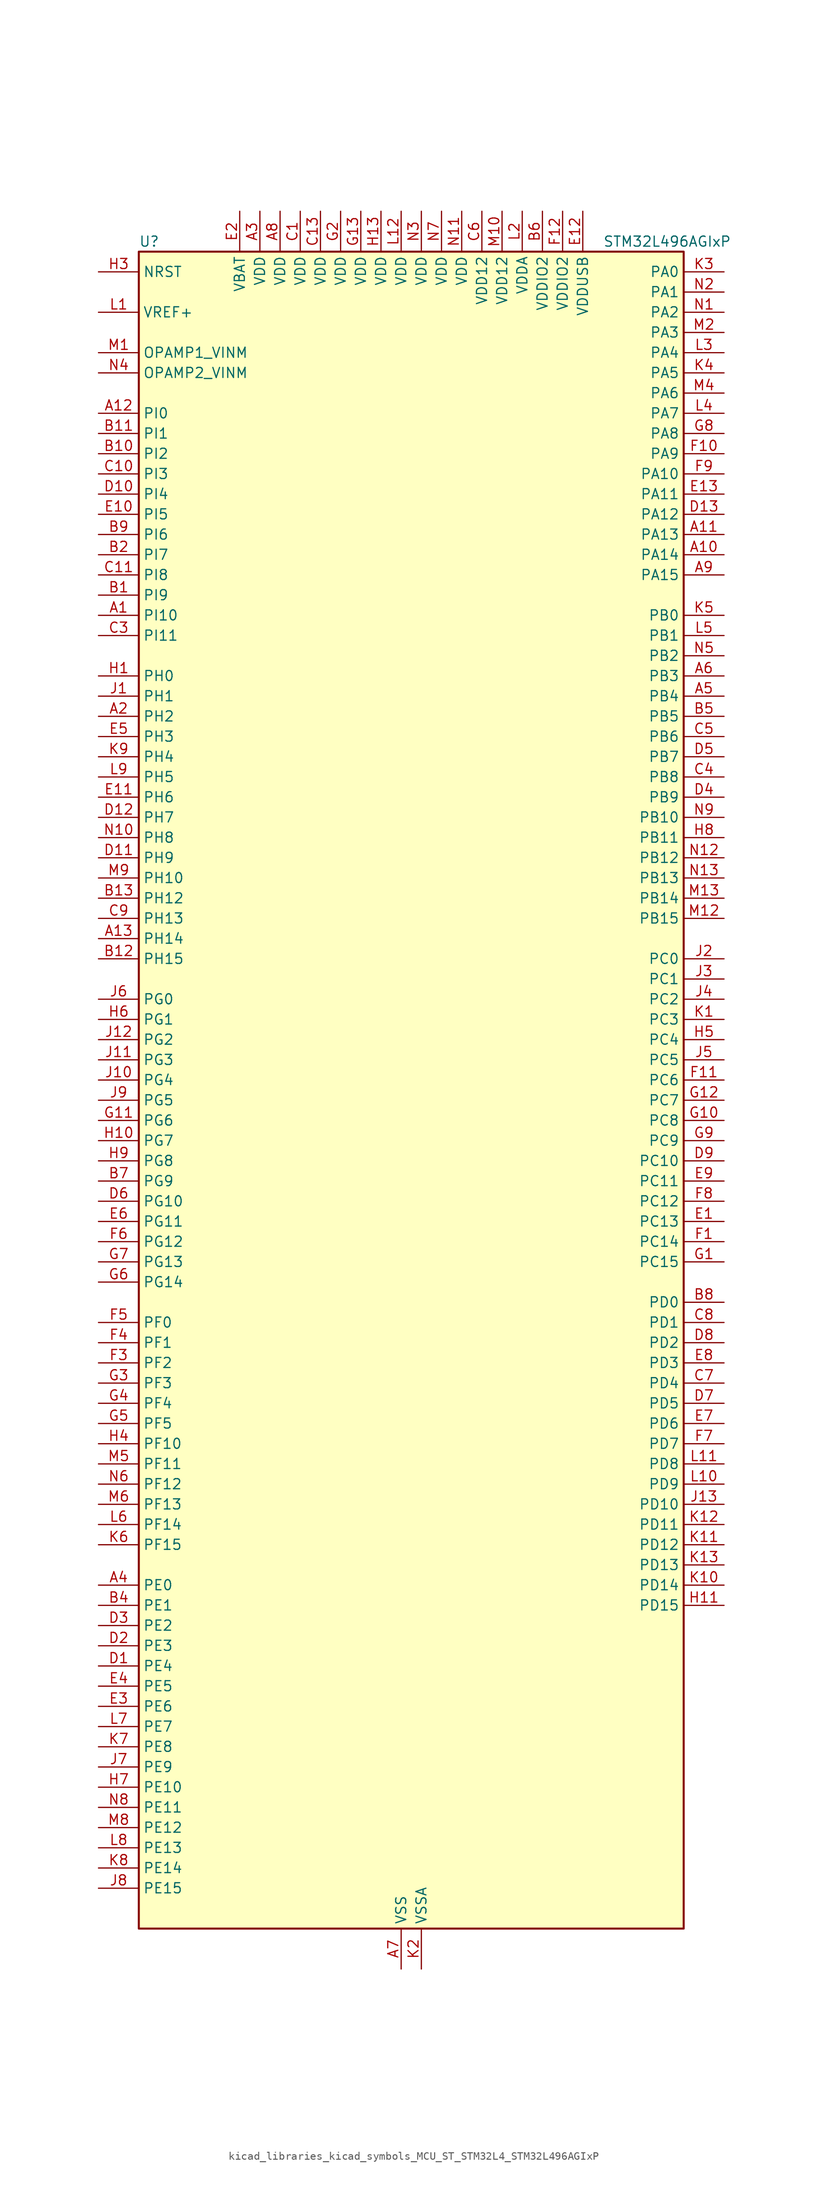
<source format=kicad_sym>
(kicad_symbol_lib
  (version 20220914)
  (generator kicad_symbol_editor)
  (symbol "kicad_libraries_kicad_symbols_MCU_ST_STM32L4_STM32L496AGIxP"
    (property "Reference" "U"
      (at -33.02 107.95 0)
      (effects (font (size 1.27 1.27)) (justify left)))
    (property "Value" "STM32L496AGIxP"
      (at 25.4 107.95 0)
      (effects (font (size 1.27 1.27)) (justify left)))
    (property "ki_locked" ""
      (at 0 0 0)
      (effects (font (size 1.27 1.27))))
    (symbol "kicad_libraries_kicad_symbols_MCU_ST_STM32L4_STM32L496AGIxP_0_1"
      (rectangle (start -33.02 -104.14) (end 35.56 106.68) (stroke (width 0.254) (type default)) (fill (type background))))
    (symbol "kicad_libraries_kicad_symbols_MCU_ST_STM32L4_STM32L496AGIxP_1_1"
      (pin bidirectional line (at -38.1 60.96 0) (length 5.08) (name "PI10" (effects (font (size 1.27 1.27)))) (number "A1" (effects (font (size 1.27 1.27)))))
      (pin bidirectional line (at 40.64 68.58 180) (length 5.08) (name "PA14" (effects (font (size 1.27 1.27)))) (number "A10" (effects (font (size 1.27 1.27)))) (alternate "I2C1_SMBA" bidirectional line) (alternate "I2C4_SMBA" bidirectional line) (alternate "LPTIM1_OUT" bidirectional line) (alternate "SAI1_FS_B" bidirectional line) (alternate "SWPMI1_RX" bidirectional line) (alternate "SYS_JTCK-SWCLK" bidirectional line) (alternate "USB_OTG_FS_SOF" bidirectional line))
      (pin bidirectional line (at 40.64 71.12 180) (length 5.08) (name "PA13" (effects (font (size 1.27 1.27)))) (number "A11" (effects (font (size 1.27 1.27)))) (alternate "IR_OUT" bidirectional line) (alternate "SAI1_SD_B" bidirectional line) (alternate "SWPMI1_TX" bidirectional line) (alternate "SYS_JTMS-SWDIO" bidirectional line) (alternate "USB_OTG_FS_NOE" bidirectional line))
      (pin bidirectional line (at -38.1 86.36 0) (length 5.08) (name "PI0" (effects (font (size 1.27 1.27)))) (number "A12" (effects (font (size 1.27 1.27)))) (alternate "DCMI_D13" bidirectional line) (alternate "SPI2_NSS" bidirectional line) (alternate "TIM5_CH4" bidirectional line))
      (pin bidirectional line (at -38.1 20.32 0) (length 5.08) (name "PH14" (effects (font (size 1.27 1.27)))) (number "A13" (effects (font (size 1.27 1.27)))) (alternate "DCMI_D4" bidirectional line) (alternate "TIM8_CH2N" bidirectional line))
      (pin bidirectional line (at -38.1 48.26 0) (length 5.08) (name "PH2" (effects (font (size 1.27 1.27)))) (number "A2" (effects (font (size 1.27 1.27)))) (alternate "QUADSPI_BK2_IO0" bidirectional line))
      (pin power_in line (at -17.78 111.76 270) (length 5.08) (name "VDD" (effects (font (size 1.27 1.27)))) (number "A3" (effects (font (size 1.27 1.27)))))
      (pin bidirectional line (at -38.1 -60.96 0) (length 5.08) (name "PE0" (effects (font (size 1.27 1.27)))) (number "A4" (effects (font (size 1.27 1.27)))) (alternate "DCMI_D2" bidirectional line) (alternate "FMC_NBL0" bidirectional line) (alternate "LCD_SEG36" bidirectional line) (alternate "TIM16_CH1" bidirectional line) (alternate "TIM4_ETR" bidirectional line))
      (pin bidirectional line (at 40.64 50.8 180) (length 5.08) (name "PB4" (effects (font (size 1.27 1.27)))) (number "A5" (effects (font (size 1.27 1.27)))) (alternate "COMP2_INP" bidirectional line) (alternate "DCMI_D12" bidirectional line) (alternate "I2C3_SDA" bidirectional line) (alternate "LCD_SEG8" bidirectional line) (alternate "SAI1_MCLK_B" bidirectional line) (alternate "SPI1_MISO" bidirectional line) (alternate "SPI3_MISO" bidirectional line) (alternate "SYS_JTRST" bidirectional line) (alternate "TIM17_BKIN" bidirectional line) (alternate "TIM3_CH1" bidirectional line) (alternate "TSC_G2_IO1" bidirectional line) (alternate "UART5_DE" bidirectional line) (alternate "UART5_RTS" bidirectional line) (alternate "USART1_CTS" bidirectional line))
      (pin bidirectional line (at 40.64 53.34 180) (length 5.08) (name "PB3" (effects (font (size 1.27 1.27)))) (number "A6" (effects (font (size 1.27 1.27)))) (alternate "COMP2_INM" bidirectional line) (alternate "CRS_SYNC" bidirectional line) (alternate "LCD_SEG7" bidirectional line) (alternate "SAI1_SCK_B" bidirectional line) (alternate "SPI1_SCK" bidirectional line) (alternate "SPI3_SCK" bidirectional line) (alternate "SYS_JTDO-SWO" bidirectional line) (alternate "TIM2_CH2" bidirectional line) (alternate "USART1_DE" bidirectional line) (alternate "USART1_RTS" bidirectional line))
      (pin power_in line (at 0 -109.22 90) (length 5.08) (name "VSS" (effects (font (size 1.27 1.27)))) (number "A7" (effects (font (size 1.27 1.27)))))
      (pin power_in line (at -15.24 111.76 270) (length 5.08) (name "VDD" (effects (font (size 1.27 1.27)))) (number "A8" (effects (font (size 1.27 1.27)))))
      (pin bidirectional line (at 40.64 66.04 180) (length 5.08) (name "PA15" (effects (font (size 1.27 1.27)))) (number "A9" (effects (font (size 1.27 1.27)))) (alternate "ADC1_EXTI15" bidirectional line) (alternate "ADC2_EXTI15" bidirectional line) (alternate "ADC3_EXTI15" bidirectional line) (alternate "LCD_SEG17" bidirectional line) (alternate "SAI2_FS_B" bidirectional line) (alternate "SPI1_NSS" bidirectional line) (alternate "SPI3_NSS" bidirectional line) (alternate "SWPMI1_SUSPEND" bidirectional line) (alternate "SYS_JTDI" bidirectional line) (alternate "TIM2_CH1" bidirectional line) (alternate "TIM2_ETR" bidirectional line) (alternate "TSC_G3_IO1" bidirectional line) (alternate "UART4_DE" bidirectional line) (alternate "UART4_RTS" bidirectional line) (alternate "USART2_RX" bidirectional line) (alternate "USART3_DE" bidirectional line) (alternate "USART3_RTS" bidirectional line))
      (pin bidirectional line (at -38.1 63.5 0) (length 5.08) (name "PI9" (effects (font (size 1.27 1.27)))) (number "B1" (effects (font (size 1.27 1.27)))) (alternate "CAN1_RX" bidirectional line) (alternate "DAC1_EXTI9" bidirectional line))
      (pin bidirectional line (at -38.1 81.28 0) (length 5.08) (name "PI2" (effects (font (size 1.27 1.27)))) (number "B10" (effects (font (size 1.27 1.27)))) (alternate "DCMI_D9" bidirectional line) (alternate "SPI2_MISO" bidirectional line) (alternate "TIM8_CH4" bidirectional line))
      (pin bidirectional line (at -38.1 83.82 0) (length 5.08) (name "PI1" (effects (font (size 1.27 1.27)))) (number "B11" (effects (font (size 1.27 1.27)))) (alternate "DCMI_D8" bidirectional line) (alternate "SPI2_SCK" bidirectional line))
      (pin bidirectional line (at -38.1 17.78 0) (length 5.08) (name "PH15" (effects (font (size 1.27 1.27)))) (number "B12" (effects (font (size 1.27 1.27)))) (alternate "ADC1_EXTI15" bidirectional line) (alternate "ADC2_EXTI15" bidirectional line) (alternate "ADC3_EXTI15" bidirectional line) (alternate "DCMI_D11" bidirectional line) (alternate "TIM8_CH3N" bidirectional line))
      (pin bidirectional line (at -38.1 25.4 0) (length 5.08) (name "PH12" (effects (font (size 1.27 1.27)))) (number "B13" (effects (font (size 1.27 1.27)))) (alternate "DCMI_D3" bidirectional line) (alternate "TIM5_CH3" bidirectional line))
      (pin bidirectional line (at -38.1 68.58 0) (length 5.08) (name "PI7" (effects (font (size 1.27 1.27)))) (number "B2" (effects (font (size 1.27 1.27)))) (alternate "DCMI_D7" bidirectional line) (alternate "TIM8_CH3" bidirectional line))
      (pin passive line (at 0 -109.22 90) (length 5.08) hide (name "VSS" (effects (font (size 1.27 1.27)))) (number "B3" (effects (font (size 1.27 1.27)))))
      (pin bidirectional line (at -38.1 -63.5 0) (length 5.08) (name "PE1" (effects (font (size 1.27 1.27)))) (number "B4" (effects (font (size 1.27 1.27)))) (alternate "DCMI_D3" bidirectional line) (alternate "FMC_NBL1" bidirectional line) (alternate "LCD_SEG37" bidirectional line) (alternate "TIM17_CH1" bidirectional line))
      (pin bidirectional line (at 40.64 48.26 180) (length 5.08) (name "PB5" (effects (font (size 1.27 1.27)))) (number "B5" (effects (font (size 1.27 1.27)))) (alternate "CAN2_RX" bidirectional line) (alternate "COMP2_OUT" bidirectional line) (alternate "DCMI_D10" bidirectional line) (alternate "I2C1_SMBA" bidirectional line) (alternate "LCD_SEG9" bidirectional line) (alternate "LPTIM1_IN1" bidirectional line) (alternate "SAI1_SD_B" bidirectional line) (alternate "SPI1_MOSI" bidirectional line) (alternate "SPI3_MOSI" bidirectional line) (alternate "TIM16_BKIN" bidirectional line) (alternate "TIM3_CH2" bidirectional line) (alternate "TSC_G2_IO2" bidirectional line) (alternate "UART5_CTS" bidirectional line) (alternate "USART1_CK" bidirectional line))
      (pin power_in line (at 17.78 111.76 270) (length 5.08) (name "VDDIO2" (effects (font (size 1.27 1.27)))) (number "B6" (effects (font (size 1.27 1.27)))))
      (pin bidirectional line (at -38.1 -10.16 0) (length 5.08) (name "PG9" (effects (font (size 1.27 1.27)))) (number "B7" (effects (font (size 1.27 1.27)))) (alternate "DAC1_EXTI9" bidirectional line) (alternate "FMC_NCE" bidirectional line) (alternate "FMC_NE2" bidirectional line) (alternate "SAI2_SCK_A" bidirectional line) (alternate "SPI3_SCK" bidirectional line) (alternate "TIM15_CH1N" bidirectional line) (alternate "USART1_TX" bidirectional line))
      (pin bidirectional line (at 40.64 -25.4 180) (length 5.08) (name "PD0" (effects (font (size 1.27 1.27)))) (number "B8" (effects (font (size 1.27 1.27)))) (alternate "CAN1_RX" bidirectional line) (alternate "DFSDM1_DATIN7" bidirectional line) (alternate "FMC_D2" bidirectional line) (alternate "FMC_DA2" bidirectional line) (alternate "SPI2_NSS" bidirectional line))
      (pin bidirectional line (at -38.1 71.12 0) (length 5.08) (name "PI6" (effects (font (size 1.27 1.27)))) (number "B9" (effects (font (size 1.27 1.27)))) (alternate "DCMI_D6" bidirectional line) (alternate "TIM8_CH2" bidirectional line))
      (pin power_in line (at -12.7 111.76 270) (length 5.08) (name "VDD" (effects (font (size 1.27 1.27)))) (number "C1" (effects (font (size 1.27 1.27)))))
      (pin bidirectional line (at -38.1 78.74 0) (length 5.08) (name "PI3" (effects (font (size 1.27 1.27)))) (number "C10" (effects (font (size 1.27 1.27)))) (alternate "DCMI_D10" bidirectional line) (alternate "SPI2_MOSI" bidirectional line) (alternate "TIM8_ETR" bidirectional line))
      (pin bidirectional line (at -38.1 66.04 0) (length 5.08) (name "PI8" (effects (font (size 1.27 1.27)))) (number "C11" (effects (font (size 1.27 1.27)))) (alternate "DCMI_D12" bidirectional line))
      (pin passive line (at 0 -109.22 90) (length 5.08) hide (name "VSS" (effects (font (size 1.27 1.27)))) (number "C12" (effects (font (size 1.27 1.27)))))
      (pin power_in line (at -10.16 111.76 270) (length 5.08) (name "VDD" (effects (font (size 1.27 1.27)))) (number "C13" (effects (font (size 1.27 1.27)))))
      (pin passive line (at 0 -109.22 90) (length 5.08) hide (name "VSS" (effects (font (size 1.27 1.27)))) (number "C2" (effects (font (size 1.27 1.27)))))
      (pin bidirectional line (at -38.1 58.42 0) (length 5.08) (name "PI11" (effects (font (size 1.27 1.27)))) (number "C3" (effects (font (size 1.27 1.27)))) (alternate "ADC1_EXTI11" bidirectional line) (alternate "ADC2_EXTI11" bidirectional line) (alternate "ADC3_EXTI11" bidirectional line))
      (pin bidirectional line (at 40.64 40.64 180) (length 5.08) (name "PB8" (effects (font (size 1.27 1.27)))) (number "C4" (effects (font (size 1.27 1.27)))) (alternate "CAN1_RX" bidirectional line) (alternate "DCMI_D6" bidirectional line) (alternate "DFSDM1_DATIN6" bidirectional line) (alternate "I2C1_SCL" bidirectional line) (alternate "LCD_SEG16" bidirectional line) (alternate "SAI1_MCLK_A" bidirectional line) (alternate "SDMMC1_D4" bidirectional line) (alternate "TIM16_CH1" bidirectional line) (alternate "TIM4_CH3" bidirectional line))
      (pin bidirectional line (at 40.64 45.72 180) (length 5.08) (name "PB6" (effects (font (size 1.27 1.27)))) (number "C5" (effects (font (size 1.27 1.27)))) (alternate "CAN2_TX" bidirectional line) (alternate "COMP2_INP" bidirectional line) (alternate "DCMI_D5" bidirectional line) (alternate "DFSDM1_DATIN5" bidirectional line) (alternate "I2C1_SCL" bidirectional line) (alternate "I2C4_SCL" bidirectional line) (alternate "LPTIM1_ETR" bidirectional line) (alternate "SAI1_FS_B" bidirectional line) (alternate "TIM16_CH1N" bidirectional line) (alternate "TIM4_CH1" bidirectional line) (alternate "TIM8_BKIN2" bidirectional line) (alternate "TIM8_BKIN2_COMP2" bidirectional line) (alternate "TSC_G2_IO3" bidirectional line) (alternate "USART1_TX" bidirectional line))
      (pin power_in line (at 10.16 111.76 270) (length 5.08) (name "VDD12" (effects (font (size 1.27 1.27)))) (number "C6" (effects (font (size 1.27 1.27)))))
      (pin bidirectional line (at 40.64 -35.56 180) (length 5.08) (name "PD4" (effects (font (size 1.27 1.27)))) (number "C7" (effects (font (size 1.27 1.27)))) (alternate "DFSDM1_CKIN0" bidirectional line) (alternate "FMC_NOE" bidirectional line) (alternate "QUADSPI_BK2_IO0" bidirectional line) (alternate "SPI2_MOSI" bidirectional line) (alternate "USART2_DE" bidirectional line) (alternate "USART2_RTS" bidirectional line))
      (pin bidirectional line (at 40.64 -27.94 180) (length 5.08) (name "PD1" (effects (font (size 1.27 1.27)))) (number "C8" (effects (font (size 1.27 1.27)))) (alternate "CAN1_TX" bidirectional line) (alternate "DFSDM1_CKIN7" bidirectional line) (alternate "FMC_D3" bidirectional line) (alternate "FMC_DA3" bidirectional line) (alternate "SPI2_SCK" bidirectional line))
      (pin bidirectional line (at -38.1 22.86 0) (length 5.08) (name "PH13" (effects (font (size 1.27 1.27)))) (number "C9" (effects (font (size 1.27 1.27)))) (alternate "CAN1_TX" bidirectional line) (alternate "TIM8_CH1N" bidirectional line))
      (pin bidirectional line (at -38.1 -71.12 0) (length 5.08) (name "PE4" (effects (font (size 1.27 1.27)))) (number "D1" (effects (font (size 1.27 1.27)))) (alternate "DCMI_D4" bidirectional line) (alternate "DFSDM1_DATIN3" bidirectional line) (alternate "FMC_A20" bidirectional line) (alternate "SAI1_FS_A" bidirectional line) (alternate "SYS_TRACED1" bidirectional line) (alternate "TIM3_CH2" bidirectional line) (alternate "TSC_G7_IO3" bidirectional line))
      (pin bidirectional line (at -38.1 76.2 0) (length 5.08) (name "PI4" (effects (font (size 1.27 1.27)))) (number "D10" (effects (font (size 1.27 1.27)))) (alternate "DCMI_D5" bidirectional line) (alternate "TIM8_BKIN" bidirectional line))
      (pin bidirectional line (at -38.1 30.48 0) (length 5.08) (name "PH9" (effects (font (size 1.27 1.27)))) (number "D11" (effects (font (size 1.27 1.27)))) (alternate "DAC1_EXTI9" bidirectional line) (alternate "DCMI_D0" bidirectional line) (alternate "I2C3_SMBA" bidirectional line))
      (pin bidirectional line (at -38.1 35.56 0) (length 5.08) (name "PH7" (effects (font (size 1.27 1.27)))) (number "D12" (effects (font (size 1.27 1.27)))) (alternate "DCMI_D9" bidirectional line) (alternate "I2C3_SCL" bidirectional line))
      (pin bidirectional line (at 40.64 73.66 180) (length 5.08) (name "PA12" (effects (font (size 1.27 1.27)))) (number "D13" (effects (font (size 1.27 1.27)))) (alternate "CAN1_TX" bidirectional line) (alternate "SPI1_MOSI" bidirectional line) (alternate "TIM1_ETR" bidirectional line) (alternate "USART1_DE" bidirectional line) (alternate "USART1_RTS" bidirectional line) (alternate "USB_OTG_FS_DP" bidirectional line))
      (pin bidirectional line (at -38.1 -68.58 0) (length 5.08) (name "PE3" (effects (font (size 1.27 1.27)))) (number "D2" (effects (font (size 1.27 1.27)))) (alternate "FMC_A19" bidirectional line) (alternate "LCD_SEG39" bidirectional line) (alternate "SAI1_SD_B" bidirectional line) (alternate "SYS_TRACED0" bidirectional line) (alternate "TIM3_CH1" bidirectional line) (alternate "TSC_G7_IO2" bidirectional line))
      (pin bidirectional line (at -38.1 -66.04 0) (length 5.08) (name "PE2" (effects (font (size 1.27 1.27)))) (number "D3" (effects (font (size 1.27 1.27)))) (alternate "FMC_A23" bidirectional line) (alternate "LCD_SEG38" bidirectional line) (alternate "SAI1_MCLK_A" bidirectional line) (alternate "SYS_TRACECLK" bidirectional line) (alternate "TIM3_ETR" bidirectional line) (alternate "TSC_G7_IO1" bidirectional line))
      (pin bidirectional line (at 40.64 38.1 180) (length 5.08) (name "PB9" (effects (font (size 1.27 1.27)))) (number "D4" (effects (font (size 1.27 1.27)))) (alternate "CAN1_TX" bidirectional line) (alternate "DAC1_EXTI9" bidirectional line) (alternate "DCMI_D7" bidirectional line) (alternate "DFSDM1_CKIN6" bidirectional line) (alternate "I2C1_SDA" bidirectional line) (alternate "IR_OUT" bidirectional line) (alternate "LCD_COM3" bidirectional line) (alternate "SAI1_FS_A" bidirectional line) (alternate "SDMMC1_D5" bidirectional line) (alternate "SPI2_NSS" bidirectional line) (alternate "TIM17_CH1" bidirectional line) (alternate "TIM4_CH4" bidirectional line))
      (pin bidirectional line (at 40.64 43.18 180) (length 5.08) (name "PB7" (effects (font (size 1.27 1.27)))) (number "D5" (effects (font (size 1.27 1.27)))) (alternate "COMP2_INM" bidirectional line) (alternate "DCMI_VSYNC" bidirectional line) (alternate "DFSDM1_CKIN5" bidirectional line) (alternate "FMC_NL" bidirectional line) (alternate "I2C1_SDA" bidirectional line) (alternate "I2C4_SDA" bidirectional line) (alternate "LCD_SEG21" bidirectional line) (alternate "LPTIM1_IN2" bidirectional line) (alternate "SYS_PVD_IN" bidirectional line) (alternate "TIM17_CH1N" bidirectional line) (alternate "TIM4_CH2" bidirectional line) (alternate "TIM8_BKIN" bidirectional line) (alternate "TIM8_BKIN_COMP1" bidirectional line) (alternate "TSC_G2_IO4" bidirectional line) (alternate "UART4_CTS" bidirectional line) (alternate "USART1_RX" bidirectional line))
      (pin bidirectional line (at -38.1 -12.7 0) (length 5.08) (name "PG10" (effects (font (size 1.27 1.27)))) (number "D6" (effects (font (size 1.27 1.27)))) (alternate "FMC_NE3" bidirectional line) (alternate "LPTIM1_IN1" bidirectional line) (alternate "SAI2_FS_A" bidirectional line) (alternate "SPI3_MISO" bidirectional line) (alternate "TIM15_CH1" bidirectional line) (alternate "USART1_RX" bidirectional line))
      (pin bidirectional line (at 40.64 -38.1 180) (length 5.08) (name "PD5" (effects (font (size 1.27 1.27)))) (number "D7" (effects (font (size 1.27 1.27)))) (alternate "FMC_NWE" bidirectional line) (alternate "QUADSPI_BK2_IO1" bidirectional line) (alternate "USART2_TX" bidirectional line))
      (pin bidirectional line (at 40.64 -30.48 180) (length 5.08) (name "PD2" (effects (font (size 1.27 1.27)))) (number "D8" (effects (font (size 1.27 1.27)))) (alternate "DCMI_D11" bidirectional line) (alternate "LCD_COM7" bidirectional line) (alternate "LCD_SEG31" bidirectional line) (alternate "LCD_SEG43" bidirectional line) (alternate "SDMMC1_CMD" bidirectional line) (alternate "SYS_TRACED2" bidirectional line) (alternate "TIM3_ETR" bidirectional line) (alternate "TSC_SYNC" bidirectional line) (alternate "UART5_RX" bidirectional line) (alternate "USART3_DE" bidirectional line) (alternate "USART3_RTS" bidirectional line))
      (pin bidirectional line (at 40.64 -7.62 180) (length 5.08) (name "PC10" (effects (font (size 1.27 1.27)))) (number "D9" (effects (font (size 1.27 1.27)))) (alternate "DCMI_D8" bidirectional line) (alternate "LCD_COM4" bidirectional line) (alternate "LCD_SEG28" bidirectional line) (alternate "LCD_SEG40" bidirectional line) (alternate "SAI2_SCK_B" bidirectional line) (alternate "SDMMC1_D2" bidirectional line) (alternate "SPI3_SCK" bidirectional line) (alternate "SYS_TRACED1" bidirectional line) (alternate "TSC_G3_IO2" bidirectional line) (alternate "UART4_TX" bidirectional line) (alternate "USART3_TX" bidirectional line))
      (pin bidirectional line (at 40.64 -15.24 180) (length 5.08) (name "PC13" (effects (font (size 1.27 1.27)))) (number "E1" (effects (font (size 1.27 1.27)))) (alternate "RTC_OUT_ALARM" bidirectional line) (alternate "RTC_OUT_CALIB" bidirectional line) (alternate "RTC_TAMP1" bidirectional line) (alternate "RTC_TS" bidirectional line) (alternate "SYS_WKUP2" bidirectional line))
      (pin bidirectional line (at -38.1 73.66 0) (length 5.08) (name "PI5" (effects (font (size 1.27 1.27)))) (number "E10" (effects (font (size 1.27 1.27)))) (alternate "DCMI_VSYNC" bidirectional line) (alternate "TIM8_CH1" bidirectional line))
      (pin bidirectional line (at -38.1 38.1 0) (length 5.08) (name "PH6" (effects (font (size 1.27 1.27)))) (number "E11" (effects (font (size 1.27 1.27)))) (alternate "DCMI_D8" bidirectional line) (alternate "I2C2_SMBA" bidirectional line))
      (pin power_in line (at 22.86 111.76 270) (length 5.08) (name "VDDUSB" (effects (font (size 1.27 1.27)))) (number "E12" (effects (font (size 1.27 1.27)))))
      (pin bidirectional line (at 40.64 76.2 180) (length 5.08) (name "PA11" (effects (font (size 1.27 1.27)))) (number "E13" (effects (font (size 1.27 1.27)))) (alternate "ADC1_EXTI11" bidirectional line) (alternate "ADC2_EXTI11" bidirectional line) (alternate "ADC3_EXTI11" bidirectional line) (alternate "CAN1_RX" bidirectional line) (alternate "SPI1_MISO" bidirectional line) (alternate "TIM1_BKIN2" bidirectional line) (alternate "TIM1_BKIN2_COMP1" bidirectional line) (alternate "TIM1_CH4" bidirectional line) (alternate "USART1_CTS" bidirectional line) (alternate "USB_OTG_FS_DM" bidirectional line))
      (pin power_in line (at -20.32 111.76 270) (length 5.08) (name "VBAT" (effects (font (size 1.27 1.27)))) (number "E2" (effects (font (size 1.27 1.27)))))
      (pin bidirectional line (at -38.1 -76.2 0) (length 5.08) (name "PE6" (effects (font (size 1.27 1.27)))) (number "E3" (effects (font (size 1.27 1.27)))) (alternate "DCMI_D7" bidirectional line) (alternate "FMC_A22" bidirectional line) (alternate "RTC_TAMP3" bidirectional line) (alternate "SAI1_SD_A" bidirectional line) (alternate "SYS_TRACED3" bidirectional line) (alternate "SYS_WKUP3" bidirectional line) (alternate "TIM3_CH4" bidirectional line))
      (pin bidirectional line (at -38.1 -73.66 0) (length 5.08) (name "PE5" (effects (font (size 1.27 1.27)))) (number "E4" (effects (font (size 1.27 1.27)))) (alternate "DCMI_D6" bidirectional line) (alternate "DFSDM1_CKIN3" bidirectional line) (alternate "FMC_A21" bidirectional line) (alternate "SAI1_SCK_A" bidirectional line) (alternate "SYS_TRACED2" bidirectional line) (alternate "TIM3_CH3" bidirectional line) (alternate "TSC_G7_IO4" bidirectional line))
      (pin bidirectional line (at -38.1 45.72 0) (length 5.08) (name "PH3" (effects (font (size 1.27 1.27)))) (number "E5" (effects (font (size 1.27 1.27)))))
      (pin bidirectional line (at -38.1 -15.24 0) (length 5.08) (name "PG11" (effects (font (size 1.27 1.27)))) (number "E6" (effects (font (size 1.27 1.27)))) (alternate "ADC1_EXTI11" bidirectional line) (alternate "ADC2_EXTI11" bidirectional line) (alternate "ADC3_EXTI11" bidirectional line) (alternate "LPTIM1_IN2" bidirectional line) (alternate "SAI2_MCLK_A" bidirectional line) (alternate "SPI3_MOSI" bidirectional line) (alternate "TIM15_CH2" bidirectional line) (alternate "USART1_CTS" bidirectional line))
      (pin bidirectional line (at 40.64 -40.64 180) (length 5.08) (name "PD6" (effects (font (size 1.27 1.27)))) (number "E7" (effects (font (size 1.27 1.27)))) (alternate "DCMI_D10" bidirectional line) (alternate "DFSDM1_DATIN1" bidirectional line) (alternate "FMC_NWAIT" bidirectional line) (alternate "QUADSPI_BK2_IO1" bidirectional line) (alternate "QUADSPI_BK2_IO2" bidirectional line) (alternate "SAI1_SD_A" bidirectional line) (alternate "USART2_RX" bidirectional line))
      (pin bidirectional line (at 40.64 -33.02 180) (length 5.08) (name "PD3" (effects (font (size 1.27 1.27)))) (number "E8" (effects (font (size 1.27 1.27)))) (alternate "DCMI_D5" bidirectional line) (alternate "DFSDM1_DATIN0" bidirectional line) (alternate "FMC_CLK" bidirectional line) (alternate "QUADSPI_BK2_NCS" bidirectional line) (alternate "SPI2_MISO" bidirectional line) (alternate "SPI2_SCK" bidirectional line) (alternate "USART2_CTS" bidirectional line))
      (pin bidirectional line (at 40.64 -10.16 180) (length 5.08) (name "PC11" (effects (font (size 1.27 1.27)))) (number "E9" (effects (font (size 1.27 1.27)))) (alternate "ADC1_EXTI11" bidirectional line) (alternate "ADC2_EXTI11" bidirectional line) (alternate "ADC3_EXTI11" bidirectional line) (alternate "DCMI_D4" bidirectional line) (alternate "LCD_COM5" bidirectional line) (alternate "LCD_SEG29" bidirectional line) (alternate "LCD_SEG41" bidirectional line) (alternate "QUADSPI_BK2_NCS" bidirectional line) (alternate "SAI2_MCLK_B" bidirectional line) (alternate "SDMMC1_D3" bidirectional line) (alternate "SPI3_MISO" bidirectional line) (alternate "TSC_G3_IO3" bidirectional line) (alternate "UART4_RX" bidirectional line) (alternate "USART3_RX" bidirectional line))
      (pin bidirectional line (at 40.64 -17.78 180) (length 5.08) (name "PC14" (effects (font (size 1.27 1.27)))) (number "F1" (effects (font (size 1.27 1.27)))) (alternate "RCC_OSC32_IN" bidirectional line))
      (pin bidirectional line (at 40.64 81.28 180) (length 5.08) (name "PA9" (effects (font (size 1.27 1.27)))) (number "F10" (effects (font (size 1.27 1.27)))) (alternate "DAC1_EXTI9" bidirectional line) (alternate "DCMI_D0" bidirectional line) (alternate "LCD_COM1" bidirectional line) (alternate "SAI1_FS_A" bidirectional line) (alternate "SPI2_SCK" bidirectional line) (alternate "TIM15_BKIN" bidirectional line) (alternate "TIM1_CH2" bidirectional line) (alternate "USART1_TX" bidirectional line) (alternate "USB_OTG_FS_VBUS" bidirectional line))
      (pin bidirectional line (at 40.64 2.54 180) (length 5.08) (name "PC6" (effects (font (size 1.27 1.27)))) (number "F11" (effects (font (size 1.27 1.27)))) (alternate "DCMI_D0" bidirectional line) (alternate "DFSDM1_CKIN3" bidirectional line) (alternate "LCD_SEG24" bidirectional line) (alternate "SAI2_MCLK_A" bidirectional line) (alternate "SDMMC1_D6" bidirectional line) (alternate "TIM3_CH1" bidirectional line) (alternate "TIM8_CH1" bidirectional line) (alternate "TSC_G4_IO1" bidirectional line))
      (pin power_in line (at 20.32 111.76 270) (length 5.08) (name "VDDIO2" (effects (font (size 1.27 1.27)))) (number "F12" (effects (font (size 1.27 1.27)))))
      (pin passive line (at 0 -109.22 90) (length 5.08) hide (name "VSS" (effects (font (size 1.27 1.27)))) (number "F13" (effects (font (size 1.27 1.27)))))
      (pin passive line (at 0 -109.22 90) (length 5.08) hide (name "VSS" (effects (font (size 1.27 1.27)))) (number "F2" (effects (font (size 1.27 1.27)))))
      (pin bidirectional line (at -38.1 -33.02 0) (length 5.08) (name "PF2" (effects (font (size 1.27 1.27)))) (number "F3" (effects (font (size 1.27 1.27)))) (alternate "FMC_A2" bidirectional line) (alternate "I2C2_SMBA" bidirectional line))
      (pin bidirectional line (at -38.1 -30.48 0) (length 5.08) (name "PF1" (effects (font (size 1.27 1.27)))) (number "F4" (effects (font (size 1.27 1.27)))) (alternate "FMC_A1" bidirectional line) (alternate "I2C2_SCL" bidirectional line))
      (pin bidirectional line (at -38.1 -27.94 0) (length 5.08) (name "PF0" (effects (font (size 1.27 1.27)))) (number "F5" (effects (font (size 1.27 1.27)))) (alternate "FMC_A0" bidirectional line) (alternate "I2C2_SDA" bidirectional line))
      (pin bidirectional line (at -38.1 -17.78 0) (length 5.08) (name "PG12" (effects (font (size 1.27 1.27)))) (number "F6" (effects (font (size 1.27 1.27)))) (alternate "FMC_NE4" bidirectional line) (alternate "LPTIM1_ETR" bidirectional line) (alternate "SAI2_SD_A" bidirectional line) (alternate "SPI3_NSS" bidirectional line) (alternate "USART1_DE" bidirectional line) (alternate "USART1_RTS" bidirectional line))
      (pin bidirectional line (at 40.64 -43.18 180) (length 5.08) (name "PD7" (effects (font (size 1.27 1.27)))) (number "F7" (effects (font (size 1.27 1.27)))) (alternate "DFSDM1_CKIN1" bidirectional line) (alternate "FMC_NE1" bidirectional line) (alternate "QUADSPI_BK2_IO3" bidirectional line) (alternate "USART2_CK" bidirectional line))
      (pin bidirectional line (at 40.64 -12.7 180) (length 5.08) (name "PC12" (effects (font (size 1.27 1.27)))) (number "F8" (effects (font (size 1.27 1.27)))) (alternate "DCMI_D9" bidirectional line) (alternate "LCD_COM6" bidirectional line) (alternate "LCD_SEG30" bidirectional line) (alternate "LCD_SEG42" bidirectional line) (alternate "SAI2_SD_B" bidirectional line) (alternate "SDMMC1_CK" bidirectional line) (alternate "SPI3_MOSI" bidirectional line) (alternate "SYS_TRACED3" bidirectional line) (alternate "TSC_G3_IO4" bidirectional line) (alternate "UART5_TX" bidirectional line) (alternate "USART3_CK" bidirectional line))
      (pin bidirectional line (at 40.64 78.74 180) (length 5.08) (name "PA10" (effects (font (size 1.27 1.27)))) (number "F9" (effects (font (size 1.27 1.27)))) (alternate "DCMI_D1" bidirectional line) (alternate "LCD_COM2" bidirectional line) (alternate "SAI1_SD_A" bidirectional line) (alternate "TIM17_BKIN" bidirectional line) (alternate "TIM1_CH3" bidirectional line) (alternate "USART1_RX" bidirectional line) (alternate "USB_OTG_FS_ID" bidirectional line))
      (pin bidirectional line (at 40.64 -20.32 180) (length 5.08) (name "PC15" (effects (font (size 1.27 1.27)))) (number "G1" (effects (font (size 1.27 1.27)))) (alternate "ADC1_EXTI15" bidirectional line) (alternate "ADC2_EXTI15" bidirectional line) (alternate "ADC3_EXTI15" bidirectional line) (alternate "RCC_OSC32_OUT" bidirectional line))
      (pin bidirectional line (at 40.64 -2.54 180) (length 5.08) (name "PC8" (effects (font (size 1.27 1.27)))) (number "G10" (effects (font (size 1.27 1.27)))) (alternate "DCMI_D2" bidirectional line) (alternate "LCD_SEG26" bidirectional line) (alternate "SDMMC1_D0" bidirectional line) (alternate "TIM3_CH3" bidirectional line) (alternate "TIM8_CH3" bidirectional line) (alternate "TSC_G4_IO3" bidirectional line))
      (pin bidirectional line (at -38.1 -2.54 0) (length 5.08) (name "PG6" (effects (font (size 1.27 1.27)))) (number "G11" (effects (font (size 1.27 1.27)))) (alternate "I2C3_SMBA" bidirectional line) (alternate "LPUART1_DE" bidirectional line) (alternate "LPUART1_RTS" bidirectional line))
      (pin bidirectional line (at 40.64 0 180) (length 5.08) (name "PC7" (effects (font (size 1.27 1.27)))) (number "G12" (effects (font (size 1.27 1.27)))) (alternate "DCMI_D1" bidirectional line) (alternate "DFSDM1_DATIN3" bidirectional line) (alternate "LCD_SEG25" bidirectional line) (alternate "SAI2_MCLK_B" bidirectional line) (alternate "SDMMC1_D7" bidirectional line) (alternate "TIM3_CH2" bidirectional line) (alternate "TIM8_CH2" bidirectional line) (alternate "TSC_G4_IO2" bidirectional line))
      (pin power_in line (at -5.08 111.76 270) (length 5.08) (name "VDD" (effects (font (size 1.27 1.27)))) (number "G13" (effects (font (size 1.27 1.27)))))
      (pin power_in line (at -7.62 111.76 270) (length 5.08) (name "VDD" (effects (font (size 1.27 1.27)))) (number "G2" (effects (font (size 1.27 1.27)))))
      (pin bidirectional line (at -38.1 -35.56 0) (length 5.08) (name "PF3" (effects (font (size 1.27 1.27)))) (number "G3" (effects (font (size 1.27 1.27)))) (alternate "ADC3_IN6" bidirectional line) (alternate "FMC_A3" bidirectional line))
      (pin bidirectional line (at -38.1 -38.1 0) (length 5.08) (name "PF4" (effects (font (size 1.27 1.27)))) (number "G4" (effects (font (size 1.27 1.27)))) (alternate "ADC3_IN7" bidirectional line) (alternate "FMC_A4" bidirectional line))
      (pin bidirectional line (at -38.1 -40.64 0) (length 5.08) (name "PF5" (effects (font (size 1.27 1.27)))) (number "G5" (effects (font (size 1.27 1.27)))) (alternate "ADC3_IN8" bidirectional line) (alternate "FMC_A5" bidirectional line))
      (pin bidirectional line (at -38.1 -22.86 0) (length 5.08) (name "PG14" (effects (font (size 1.27 1.27)))) (number "G6" (effects (font (size 1.27 1.27)))) (alternate "FMC_A25" bidirectional line) (alternate "I2C1_SCL" bidirectional line))
      (pin bidirectional line (at -38.1 -20.32 0) (length 5.08) (name "PG13" (effects (font (size 1.27 1.27)))) (number "G7" (effects (font (size 1.27 1.27)))) (alternate "FMC_A24" bidirectional line) (alternate "I2C1_SDA" bidirectional line) (alternate "USART1_CK" bidirectional line))
      (pin bidirectional line (at 40.64 83.82 180) (length 5.08) (name "PA8" (effects (font (size 1.27 1.27)))) (number "G8" (effects (font (size 1.27 1.27)))) (alternate "LCD_COM0" bidirectional line) (alternate "LPTIM2_OUT" bidirectional line) (alternate "RCC_MCO" bidirectional line) (alternate "SAI1_SCK_A" bidirectional line) (alternate "SWPMI1_IO" bidirectional line) (alternate "TIM1_CH1" bidirectional line) (alternate "USART1_CK" bidirectional line) (alternate "USB_OTG_FS_SOF" bidirectional line))
      (pin bidirectional line (at 40.64 -5.08 180) (length 5.08) (name "PC9" (effects (font (size 1.27 1.27)))) (number "G9" (effects (font (size 1.27 1.27)))) (alternate "DAC1_EXTI9" bidirectional line) (alternate "DCMI_D3" bidirectional line) (alternate "I2C3_SDA" bidirectional line) (alternate "LCD_SEG27" bidirectional line) (alternate "SAI2_EXTCLK" bidirectional line) (alternate "SDMMC1_D1" bidirectional line) (alternate "TIM3_CH4" bidirectional line) (alternate "TIM8_BKIN2" bidirectional line) (alternate "TIM8_BKIN2_COMP1" bidirectional line) (alternate "TIM8_CH4" bidirectional line) (alternate "TSC_G4_IO4" bidirectional line) (alternate "USB_OTG_FS_NOE" bidirectional line))
      (pin bidirectional line (at -38.1 53.34 0) (length 5.08) (name "PH0" (effects (font (size 1.27 1.27)))) (number "H1" (effects (font (size 1.27 1.27)))) (alternate "RCC_OSC_IN" bidirectional line))
      (pin bidirectional line (at -38.1 -5.08 0) (length 5.08) (name "PG7" (effects (font (size 1.27 1.27)))) (number "H10" (effects (font (size 1.27 1.27)))) (alternate "FMC_INT" bidirectional line) (alternate "I2C3_SCL" bidirectional line) (alternate "LPUART1_TX" bidirectional line) (alternate "SAI1_MCLK_A" bidirectional line))
      (pin bidirectional line (at 40.64 -63.5 180) (length 5.08) (name "PD15" (effects (font (size 1.27 1.27)))) (number "H11" (effects (font (size 1.27 1.27)))) (alternate "ADC1_EXTI15" bidirectional line) (alternate "ADC2_EXTI15" bidirectional line) (alternate "ADC3_EXTI15" bidirectional line) (alternate "FMC_D1" bidirectional line) (alternate "FMC_DA1" bidirectional line) (alternate "LCD_SEG35" bidirectional line) (alternate "TIM4_CH4" bidirectional line))
      (pin passive line (at 0 -109.22 90) (length 5.08) hide (name "VSS" (effects (font (size 1.27 1.27)))) (number "H12" (effects (font (size 1.27 1.27)))))
      (pin power_in line (at -2.54 111.76 270) (length 5.08) (name "VDD" (effects (font (size 1.27 1.27)))) (number "H13" (effects (font (size 1.27 1.27)))))
      (pin passive line (at 0 -109.22 90) (length 5.08) hide (name "VSS" (effects (font (size 1.27 1.27)))) (number "H2" (effects (font (size 1.27 1.27)))))
      (pin input line (at -38.1 104.14 0) (length 5.08) (name "NRST" (effects (font (size 1.27 1.27)))) (number "H3" (effects (font (size 1.27 1.27)))))
      (pin bidirectional line (at -38.1 -43.18 0) (length 5.08) (name "PF10" (effects (font (size 1.27 1.27)))) (number "H4" (effects (font (size 1.27 1.27)))) (alternate "ADC3_IN13" bidirectional line) (alternate "DCMI_D11" bidirectional line) (alternate "QUADSPI_CLK" bidirectional line) (alternate "TIM15_CH2" bidirectional line))
      (pin bidirectional line (at 40.64 7.62 180) (length 5.08) (name "PC4" (effects (font (size 1.27 1.27)))) (number "H5" (effects (font (size 1.27 1.27)))) (alternate "ADC1_IN13" bidirectional line) (alternate "ADC2_IN13" bidirectional line) (alternate "COMP1_INM" bidirectional line) (alternate "LCD_SEG22" bidirectional line) (alternate "QUADSPI_BK2_IO3" bidirectional line) (alternate "USART3_TX" bidirectional line))
      (pin bidirectional line (at -38.1 10.16 0) (length 5.08) (name "PG1" (effects (font (size 1.27 1.27)))) (number "H6" (effects (font (size 1.27 1.27)))) (alternate "FMC_A11" bidirectional line) (alternate "TSC_G8_IO4" bidirectional line))
      (pin bidirectional line (at -38.1 -86.36 0) (length 5.08) (name "PE10" (effects (font (size 1.27 1.27)))) (number "H7" (effects (font (size 1.27 1.27)))) (alternate "DFSDM1_DATIN4" bidirectional line) (alternate "FMC_D7" bidirectional line) (alternate "FMC_DA7" bidirectional line) (alternate "QUADSPI_CLK" bidirectional line) (alternate "SAI1_MCLK_B" bidirectional line) (alternate "TIM1_CH2N" bidirectional line) (alternate "TSC_G5_IO1" bidirectional line))
      (pin bidirectional line (at 40.64 33.02 180) (length 5.08) (name "PB11" (effects (font (size 1.27 1.27)))) (number "H8" (effects (font (size 1.27 1.27)))) (alternate "ADC1_EXTI11" bidirectional line) (alternate "ADC2_EXTI11" bidirectional line) (alternate "ADC3_EXTI11" bidirectional line) (alternate "COMP2_OUT" bidirectional line) (alternate "DFSDM1_CKIN7" bidirectional line) (alternate "I2C2_SDA" bidirectional line) (alternate "I2C4_SDA" bidirectional line) (alternate "LCD_SEG11" bidirectional line) (alternate "LPUART1_TX" bidirectional line) (alternate "QUADSPI_BK1_NCS" bidirectional line) (alternate "TIM2_CH4" bidirectional line) (alternate "USART3_RX" bidirectional line))
      (pin bidirectional line (at -38.1 -7.62 0) (length 5.08) (name "PG8" (effects (font (size 1.27 1.27)))) (number "H9" (effects (font (size 1.27 1.27)))) (alternate "I2C3_SDA" bidirectional line) (alternate "LPUART1_RX" bidirectional line))
      (pin bidirectional line (at -38.1 50.8 0) (length 5.08) (name "PH1" (effects (font (size 1.27 1.27)))) (number "J1" (effects (font (size 1.27 1.27)))) (alternate "RCC_OSC_OUT" bidirectional line))
      (pin bidirectional line (at -38.1 2.54 0) (length 5.08) (name "PG4" (effects (font (size 1.27 1.27)))) (number "J10" (effects (font (size 1.27 1.27)))) (alternate "FMC_A14" bidirectional line) (alternate "SAI2_MCLK_B" bidirectional line) (alternate "SPI1_MOSI" bidirectional line))
      (pin bidirectional line (at -38.1 5.08 0) (length 5.08) (name "PG3" (effects (font (size 1.27 1.27)))) (number "J11" (effects (font (size 1.27 1.27)))) (alternate "FMC_A13" bidirectional line) (alternate "SAI2_FS_B" bidirectional line) (alternate "SPI1_MISO" bidirectional line))
      (pin bidirectional line (at -38.1 7.62 0) (length 5.08) (name "PG2" (effects (font (size 1.27 1.27)))) (number "J12" (effects (font (size 1.27 1.27)))) (alternate "FMC_A12" bidirectional line) (alternate "SAI2_SCK_B" bidirectional line) (alternate "SPI1_SCK" bidirectional line))
      (pin bidirectional line (at 40.64 -50.8 180) (length 5.08) (name "PD10" (effects (font (size 1.27 1.27)))) (number "J13" (effects (font (size 1.27 1.27)))) (alternate "FMC_D15" bidirectional line) (alternate "FMC_DA15" bidirectional line) (alternate "LCD_SEG30" bidirectional line) (alternate "SAI2_SCK_A" bidirectional line) (alternate "TSC_G6_IO1" bidirectional line) (alternate "USART3_CK" bidirectional line))
      (pin bidirectional line (at 40.64 17.78 180) (length 5.08) (name "PC0" (effects (font (size 1.27 1.27)))) (number "J2" (effects (font (size 1.27 1.27)))) (alternate "ADC1_IN1" bidirectional line) (alternate "ADC2_IN1" bidirectional line) (alternate "ADC3_IN1" bidirectional line) (alternate "DFSDM1_DATIN4" bidirectional line) (alternate "I2C3_SCL" bidirectional line) (alternate "I2C4_SCL" bidirectional line) (alternate "LCD_SEG18" bidirectional line) (alternate "LPTIM1_IN1" bidirectional line) (alternate "LPTIM2_IN1" bidirectional line) (alternate "LPUART1_RX" bidirectional line))
      (pin bidirectional line (at 40.64 15.24 180) (length 5.08) (name "PC1" (effects (font (size 1.27 1.27)))) (number "J3" (effects (font (size 1.27 1.27)))) (alternate "ADC1_IN2" bidirectional line) (alternate "ADC2_IN2" bidirectional line) (alternate "ADC3_IN2" bidirectional line) (alternate "DFSDM1_CKIN4" bidirectional line) (alternate "I2C3_SDA" bidirectional line) (alternate "I2C4_SDA" bidirectional line) (alternate "LCD_SEG19" bidirectional line) (alternate "LPTIM1_OUT" bidirectional line) (alternate "LPUART1_TX" bidirectional line) (alternate "QUADSPI_BK2_IO0" bidirectional line) (alternate "SAI1_SD_A" bidirectional line) (alternate "SPI2_MOSI" bidirectional line) (alternate "SYS_TRACED0" bidirectional line))
      (pin bidirectional line (at 40.64 12.7 180) (length 5.08) (name "PC2" (effects (font (size 1.27 1.27)))) (number "J4" (effects (font (size 1.27 1.27)))) (alternate "ADC1_IN3" bidirectional line) (alternate "ADC2_IN3" bidirectional line) (alternate "ADC3_IN3" bidirectional line) (alternate "DFSDM1_CKOUT" bidirectional line) (alternate "LCD_SEG20" bidirectional line) (alternate "LPTIM1_IN2" bidirectional line) (alternate "QUADSPI_BK2_IO1" bidirectional line) (alternate "SPI2_MISO" bidirectional line))
      (pin bidirectional line (at 40.64 5.08 180) (length 5.08) (name "PC5" (effects (font (size 1.27 1.27)))) (number "J5" (effects (font (size 1.27 1.27)))) (alternate "ADC1_IN14" bidirectional line) (alternate "ADC2_IN14" bidirectional line) (alternate "COMP1_INP" bidirectional line) (alternate "LCD_SEG23" bidirectional line) (alternate "SYS_WKUP5" bidirectional line) (alternate "USART3_RX" bidirectional line))
      (pin bidirectional line (at -38.1 12.7 0) (length 5.08) (name "PG0" (effects (font (size 1.27 1.27)))) (number "J6" (effects (font (size 1.27 1.27)))) (alternate "FMC_A10" bidirectional line) (alternate "TSC_G8_IO3" bidirectional line))
      (pin bidirectional line (at -38.1 -83.82 0) (length 5.08) (name "PE9" (effects (font (size 1.27 1.27)))) (number "J7" (effects (font (size 1.27 1.27)))) (alternate "DAC1_EXTI9" bidirectional line) (alternate "DFSDM1_CKOUT" bidirectional line) (alternate "FMC_D6" bidirectional line) (alternate "FMC_DA6" bidirectional line) (alternate "SAI1_FS_B" bidirectional line) (alternate "TIM1_CH1" bidirectional line))
      (pin bidirectional line (at -38.1 -99.06 0) (length 5.08) (name "PE15" (effects (font (size 1.27 1.27)))) (number "J8" (effects (font (size 1.27 1.27)))) (alternate "ADC1_EXTI15" bidirectional line) (alternate "ADC2_EXTI15" bidirectional line) (alternate "ADC3_EXTI15" bidirectional line) (alternate "FMC_D12" bidirectional line) (alternate "FMC_DA12" bidirectional line) (alternate "QUADSPI_BK1_IO3" bidirectional line) (alternate "SPI1_MOSI" bidirectional line) (alternate "TIM1_BKIN" bidirectional line) (alternate "TIM1_BKIN_COMP1" bidirectional line))
      (pin bidirectional line (at -38.1 0 0) (length 5.08) (name "PG5" (effects (font (size 1.27 1.27)))) (number "J9" (effects (font (size 1.27 1.27)))) (alternate "FMC_A15" bidirectional line) (alternate "LPUART1_CTS" bidirectional line) (alternate "SAI2_SD_B" bidirectional line) (alternate "SPI1_NSS" bidirectional line))
      (pin bidirectional line (at 40.64 10.16 180) (length 5.08) (name "PC3" (effects (font (size 1.27 1.27)))) (number "K1" (effects (font (size 1.27 1.27)))) (alternate "ADC1_IN4" bidirectional line) (alternate "ADC2_IN4" bidirectional line) (alternate "ADC3_IN4" bidirectional line) (alternate "LCD_VLCD" bidirectional line) (alternate "LPTIM1_ETR" bidirectional line) (alternate "LPTIM2_ETR" bidirectional line) (alternate "QUADSPI_BK2_IO2" bidirectional line) (alternate "SAI1_SD_A" bidirectional line) (alternate "SPI2_MOSI" bidirectional line))
      (pin bidirectional line (at 40.64 -60.96 180) (length 5.08) (name "PD14" (effects (font (size 1.27 1.27)))) (number "K10" (effects (font (size 1.27 1.27)))) (alternate "FMC_D0" bidirectional line) (alternate "FMC_DA0" bidirectional line) (alternate "LCD_SEG34" bidirectional line) (alternate "TIM4_CH3" bidirectional line))
      (pin bidirectional line (at 40.64 -55.88 180) (length 5.08) (name "PD12" (effects (font (size 1.27 1.27)))) (number "K11" (effects (font (size 1.27 1.27)))) (alternate "FMC_A17" bidirectional line) (alternate "FMC_ALE" bidirectional line) (alternate "I2C4_SCL" bidirectional line) (alternate "LCD_SEG32" bidirectional line) (alternate "LPTIM2_IN1" bidirectional line) (alternate "SAI2_FS_A" bidirectional line) (alternate "TIM4_CH1" bidirectional line) (alternate "TSC_G6_IO3" bidirectional line) (alternate "USART3_DE" bidirectional line) (alternate "USART3_RTS" bidirectional line))
      (pin bidirectional line (at 40.64 -53.34 180) (length 5.08) (name "PD11" (effects (font (size 1.27 1.27)))) (number "K12" (effects (font (size 1.27 1.27)))) (alternate "ADC1_EXTI11" bidirectional line) (alternate "ADC2_EXTI11" bidirectional line) (alternate "ADC3_EXTI11" bidirectional line) (alternate "FMC_A16" bidirectional line) (alternate "FMC_CLE" bidirectional line) (alternate "I2C4_SMBA" bidirectional line) (alternate "LCD_SEG31" bidirectional line) (alternate "LPTIM2_ETR" bidirectional line) (alternate "SAI2_SD_A" bidirectional line) (alternate "TSC_G6_IO2" bidirectional line) (alternate "USART3_CTS" bidirectional line))
      (pin bidirectional line (at 40.64 -58.42 180) (length 5.08) (name "PD13" (effects (font (size 1.27 1.27)))) (number "K13" (effects (font (size 1.27 1.27)))) (alternate "FMC_A18" bidirectional line) (alternate "I2C4_SDA" bidirectional line) (alternate "LCD_SEG33" bidirectional line) (alternate "LPTIM2_OUT" bidirectional line) (alternate "TIM4_CH2" bidirectional line) (alternate "TSC_G6_IO4" bidirectional line))
      (pin power_in line (at 2.54 -109.22 90) (length 5.08) (name "VSSA" (effects (font (size 1.27 1.27)))) (number "K2" (effects (font (size 1.27 1.27)))))
      (pin bidirectional line (at 40.64 104.14 180) (length 5.08) (name "PA0" (effects (font (size 1.27 1.27)))) (number "K3" (effects (font (size 1.27 1.27)))) (alternate "ADC1_IN5" bidirectional line) (alternate "ADC2_IN5" bidirectional line) (alternate "OPAMP1_VINP" bidirectional line) (alternate "RTC_TAMP2" bidirectional line) (alternate "SAI1_EXTCLK" bidirectional line) (alternate "SYS_WKUP1" bidirectional line) (alternate "TIM2_CH1" bidirectional line) (alternate "TIM2_ETR" bidirectional line) (alternate "TIM5_CH1" bidirectional line) (alternate "TIM8_ETR" bidirectional line) (alternate "UART4_TX" bidirectional line) (alternate "USART2_CTS" bidirectional line))
      (pin bidirectional line (at 40.64 91.44 180) (length 5.08) (name "PA5" (effects (font (size 1.27 1.27)))) (number "K4" (effects (font (size 1.27 1.27)))) (alternate "ADC1_IN10" bidirectional line) (alternate "ADC2_IN10" bidirectional line) (alternate "DAC1_OUT2" bidirectional line) (alternate "LPTIM2_ETR" bidirectional line) (alternate "SPI1_SCK" bidirectional line) (alternate "TIM2_CH1" bidirectional line) (alternate "TIM2_ETR" bidirectional line) (alternate "TIM8_CH1N" bidirectional line))
      (pin bidirectional line (at 40.64 60.96 180) (length 5.08) (name "PB0" (effects (font (size 1.27 1.27)))) (number "K5" (effects (font (size 1.27 1.27)))) (alternate "ADC1_IN15" bidirectional line) (alternate "ADC2_IN15" bidirectional line) (alternate "COMP1_OUT" bidirectional line) (alternate "LCD_SEG5" bidirectional line) (alternate "OPAMP2_VOUT" bidirectional line) (alternate "QUADSPI_BK1_IO1" bidirectional line) (alternate "SAI1_EXTCLK" bidirectional line) (alternate "SPI1_NSS" bidirectional line) (alternate "TIM1_CH2N" bidirectional line) (alternate "TIM3_CH3" bidirectional line) (alternate "TIM8_CH2N" bidirectional line) (alternate "USART3_CK" bidirectional line))
      (pin bidirectional line (at -38.1 -55.88 0) (length 5.08) (name "PF15" (effects (font (size 1.27 1.27)))) (number "K6" (effects (font (size 1.27 1.27)))) (alternate "ADC1_EXTI15" bidirectional line) (alternate "ADC2_EXTI15" bidirectional line) (alternate "ADC3_EXTI15" bidirectional line) (alternate "FMC_A9" bidirectional line) (alternate "I2C4_SDA" bidirectional line) (alternate "TSC_G8_IO2" bidirectional line))
      (pin bidirectional line (at -38.1 -81.28 0) (length 5.08) (name "PE8" (effects (font (size 1.27 1.27)))) (number "K7" (effects (font (size 1.27 1.27)))) (alternate "DFSDM1_CKIN2" bidirectional line) (alternate "FMC_D5" bidirectional line) (alternate "FMC_DA5" bidirectional line) (alternate "SAI1_SCK_B" bidirectional line) (alternate "TIM1_CH1N" bidirectional line))
      (pin bidirectional line (at -38.1 -96.52 0) (length 5.08) (name "PE14" (effects (font (size 1.27 1.27)))) (number "K8" (effects (font (size 1.27 1.27)))) (alternate "FMC_D11" bidirectional line) (alternate "FMC_DA11" bidirectional line) (alternate "QUADSPI_BK1_IO2" bidirectional line) (alternate "SPI1_MISO" bidirectional line) (alternate "TIM1_BKIN2" bidirectional line) (alternate "TIM1_BKIN2_COMP2" bidirectional line) (alternate "TIM1_CH4" bidirectional line))
      (pin bidirectional line (at -38.1 43.18 0) (length 5.08) (name "PH4" (effects (font (size 1.27 1.27)))) (number "K9" (effects (font (size 1.27 1.27)))) (alternate "I2C2_SCL" bidirectional line))
      (pin input line (at -38.1 99.06 0) (length 5.08) (name "VREF+" (effects (font (size 1.27 1.27)))) (number "L1" (effects (font (size 1.27 1.27)))) (alternate "VREFBUF_OUT" bidirectional line))
      (pin bidirectional line (at 40.64 -48.26 180) (length 5.08) (name "PD9" (effects (font (size 1.27 1.27)))) (number "L10" (effects (font (size 1.27 1.27)))) (alternate "DAC1_EXTI9" bidirectional line) (alternate "DCMI_PIXCLK" bidirectional line) (alternate "FMC_D14" bidirectional line) (alternate "FMC_DA14" bidirectional line) (alternate "LCD_SEG29" bidirectional line) (alternate "SAI2_MCLK_A" bidirectional line) (alternate "USART3_RX" bidirectional line))
      (pin bidirectional line (at 40.64 -45.72 180) (length 5.08) (name "PD8" (effects (font (size 1.27 1.27)))) (number "L11" (effects (font (size 1.27 1.27)))) (alternate "DCMI_HSYNC" bidirectional line) (alternate "FMC_D13" bidirectional line) (alternate "FMC_DA13" bidirectional line) (alternate "LCD_SEG28" bidirectional line) (alternate "USART3_TX" bidirectional line))
      (pin power_in line (at 0 111.76 270) (length 5.08) (name "VDD" (effects (font (size 1.27 1.27)))) (number "L12" (effects (font (size 1.27 1.27)))))
      (pin passive line (at 0 -109.22 90) (length 5.08) hide (name "VSS" (effects (font (size 1.27 1.27)))) (number "L13" (effects (font (size 1.27 1.27)))))
      (pin power_in line (at 15.24 111.76 270) (length 5.08) (name "VDDA" (effects (font (size 1.27 1.27)))) (number "L2" (effects (font (size 1.27 1.27)))))
      (pin bidirectional line (at 40.64 93.98 180) (length 5.08) (name "PA4" (effects (font (size 1.27 1.27)))) (number "L3" (effects (font (size 1.27 1.27)))) (alternate "ADC1_IN9" bidirectional line) (alternate "ADC2_IN9" bidirectional line) (alternate "DAC1_OUT1" bidirectional line) (alternate "DCMI_HSYNC" bidirectional line) (alternate "LPTIM2_OUT" bidirectional line) (alternate "SAI1_FS_B" bidirectional line) (alternate "SPI1_NSS" bidirectional line) (alternate "SPI3_NSS" bidirectional line) (alternate "USART2_CK" bidirectional line))
      (pin bidirectional line (at 40.64 86.36 180) (length 5.08) (name "PA7" (effects (font (size 1.27 1.27)))) (number "L4" (effects (font (size 1.27 1.27)))) (alternate "ADC1_IN12" bidirectional line) (alternate "ADC2_IN12" bidirectional line) (alternate "I2C3_SCL" bidirectional line) (alternate "LCD_SEG4" bidirectional line) (alternate "QUADSPI_BK1_IO2" bidirectional line) (alternate "SPI1_MOSI" bidirectional line) (alternate "TIM17_CH1" bidirectional line) (alternate "TIM1_CH1N" bidirectional line) (alternate "TIM3_CH2" bidirectional line) (alternate "TIM8_CH1N" bidirectional line))
      (pin bidirectional line (at 40.64 58.42 180) (length 5.08) (name "PB1" (effects (font (size 1.27 1.27)))) (number "L5" (effects (font (size 1.27 1.27)))) (alternate "ADC1_IN16" bidirectional line) (alternate "ADC2_IN16" bidirectional line) (alternate "COMP1_INM" bidirectional line) (alternate "DFSDM1_DATIN0" bidirectional line) (alternate "LCD_SEG6" bidirectional line) (alternate "LPTIM2_IN1" bidirectional line) (alternate "LPUART1_DE" bidirectional line) (alternate "LPUART1_RTS" bidirectional line) (alternate "QUADSPI_BK1_IO0" bidirectional line) (alternate "TIM1_CH3N" bidirectional line) (alternate "TIM3_CH4" bidirectional line) (alternate "TIM8_CH3N" bidirectional line) (alternate "USART3_DE" bidirectional line) (alternate "USART3_RTS" bidirectional line))
      (pin bidirectional line (at -38.1 -53.34 0) (length 5.08) (name "PF14" (effects (font (size 1.27 1.27)))) (number "L6" (effects (font (size 1.27 1.27)))) (alternate "DFSDM1_CKIN6" bidirectional line) (alternate "FMC_A8" bidirectional line) (alternate "I2C4_SCL" bidirectional line) (alternate "TSC_G8_IO1" bidirectional line))
      (pin bidirectional line (at -38.1 -78.74 0) (length 5.08) (name "PE7" (effects (font (size 1.27 1.27)))) (number "L7" (effects (font (size 1.27 1.27)))) (alternate "DFSDM1_DATIN2" bidirectional line) (alternate "FMC_D4" bidirectional line) (alternate "FMC_DA4" bidirectional line) (alternate "SAI1_SD_B" bidirectional line) (alternate "TIM1_ETR" bidirectional line))
      (pin bidirectional line (at -38.1 -93.98 0) (length 5.08) (name "PE13" (effects (font (size 1.27 1.27)))) (number "L8" (effects (font (size 1.27 1.27)))) (alternate "DFSDM1_CKIN5" bidirectional line) (alternate "FMC_D10" bidirectional line) (alternate "FMC_DA10" bidirectional line) (alternate "QUADSPI_BK1_IO1" bidirectional line) (alternate "SPI1_SCK" bidirectional line) (alternate "TIM1_CH3" bidirectional line) (alternate "TSC_G5_IO4" bidirectional line))
      (pin bidirectional line (at -38.1 40.64 0) (length 5.08) (name "PH5" (effects (font (size 1.27 1.27)))) (number "L9" (effects (font (size 1.27 1.27)))) (alternate "DCMI_PIXCLK" bidirectional line) (alternate "I2C2_SDA" bidirectional line))
      (pin bidirectional line (at -38.1 93.98 0) (length 5.08) (name "OPAMP1_VINM" (effects (font (size 1.27 1.27)))) (number "M1" (effects (font (size 1.27 1.27)))) (alternate "OPAMP1_VINM" bidirectional line))
      (pin power_in line (at 12.7 111.76 270) (length 5.08) (name "VDD12" (effects (font (size 1.27 1.27)))) (number "M10" (effects (font (size 1.27 1.27)))))
      (pin passive line (at 0 -109.22 90) (length 5.08) hide (name "VSS" (effects (font (size 1.27 1.27)))) (number "M11" (effects (font (size 1.27 1.27)))))
      (pin bidirectional line (at 40.64 22.86 180) (length 5.08) (name "PB15" (effects (font (size 1.27 1.27)))) (number "M12" (effects (font (size 1.27 1.27)))) (alternate "ADC1_EXTI15" bidirectional line) (alternate "ADC2_EXTI15" bidirectional line) (alternate "ADC3_EXTI15" bidirectional line) (alternate "DFSDM1_CKIN2" bidirectional line) (alternate "LCD_SEG15" bidirectional line) (alternate "RTC_REFIN" bidirectional line) (alternate "SAI2_SD_A" bidirectional line) (alternate "SPI2_MOSI" bidirectional line) (alternate "SWPMI1_SUSPEND" bidirectional line) (alternate "TIM15_CH2" bidirectional line) (alternate "TIM1_CH3N" bidirectional line) (alternate "TIM8_CH3N" bidirectional line) (alternate "TSC_G1_IO4" bidirectional line))
      (pin bidirectional line (at 40.64 25.4 180) (length 5.08) (name "PB14" (effects (font (size 1.27 1.27)))) (number "M13" (effects (font (size 1.27 1.27)))) (alternate "DFSDM1_DATIN2" bidirectional line) (alternate "I2C2_SDA" bidirectional line) (alternate "LCD_SEG14" bidirectional line) (alternate "SAI2_MCLK_A" bidirectional line) (alternate "SPI2_MISO" bidirectional line) (alternate "SWPMI1_RX" bidirectional line) (alternate "TIM15_CH1" bidirectional line) (alternate "TIM1_CH2N" bidirectional line) (alternate "TIM8_CH2N" bidirectional line) (alternate "TSC_G1_IO3" bidirectional line) (alternate "USART3_DE" bidirectional line) (alternate "USART3_RTS" bidirectional line))
      (pin bidirectional line (at 40.64 96.52 180) (length 5.08) (name "PA3" (effects (font (size 1.27 1.27)))) (number "M2" (effects (font (size 1.27 1.27)))) (alternate "ADC1_IN8" bidirectional line) (alternate "ADC2_IN8" bidirectional line) (alternate "LCD_SEG2" bidirectional line) (alternate "LPUART1_RX" bidirectional line) (alternate "OPAMP1_VOUT" bidirectional line) (alternate "QUADSPI_CLK" bidirectional line) (alternate "SAI1_MCLK_A" bidirectional line) (alternate "TIM15_CH2" bidirectional line) (alternate "TIM2_CH4" bidirectional line) (alternate "TIM5_CH4" bidirectional line) (alternate "USART2_RX" bidirectional line))
      (pin passive line (at 0 -109.22 90) (length 5.08) hide (name "VSS" (effects (font (size 1.27 1.27)))) (number "M3" (effects (font (size 1.27 1.27)))))
      (pin bidirectional line (at 40.64 88.9 180) (length 5.08) (name "PA6" (effects (font (size 1.27 1.27)))) (number "M4" (effects (font (size 1.27 1.27)))) (alternate "ADC1_IN11" bidirectional line) (alternate "ADC2_IN11" bidirectional line) (alternate "DCMI_PIXCLK" bidirectional line) (alternate "LCD_SEG3" bidirectional line) (alternate "LPUART1_CTS" bidirectional line) (alternate "OPAMP2_VINP" bidirectional line) (alternate "QUADSPI_BK1_IO3" bidirectional line) (alternate "SPI1_MISO" bidirectional line) (alternate "TIM16_CH1" bidirectional line) (alternate "TIM1_BKIN" bidirectional line) (alternate "TIM1_BKIN_COMP2" bidirectional line) (alternate "TIM3_CH1" bidirectional line) (alternate "TIM8_BKIN" bidirectional line) (alternate "TIM8_BKIN_COMP2" bidirectional line) (alternate "USART3_CTS" bidirectional line))
      (pin bidirectional line (at -38.1 -45.72 0) (length 5.08) (name "PF11" (effects (font (size 1.27 1.27)))) (number "M5" (effects (font (size 1.27 1.27)))) (alternate "ADC1_EXTI11" bidirectional line) (alternate "ADC2_EXTI11" bidirectional line) (alternate "ADC3_EXTI11" bidirectional line) (alternate "DCMI_D12" bidirectional line))
      (pin bidirectional line (at -38.1 -50.8 0) (length 5.08) (name "PF13" (effects (font (size 1.27 1.27)))) (number "M6" (effects (font (size 1.27 1.27)))) (alternate "DFSDM1_DATIN6" bidirectional line) (alternate "FMC_A7" bidirectional line) (alternate "I2C4_SMBA" bidirectional line))
      (pin passive line (at 0 -109.22 90) (length 5.08) hide (name "VSS" (effects (font (size 1.27 1.27)))) (number "M7" (effects (font (size 1.27 1.27)))))
      (pin bidirectional line (at -38.1 -91.44 0) (length 5.08) (name "PE12" (effects (font (size 1.27 1.27)))) (number "M8" (effects (font (size 1.27 1.27)))) (alternate "DFSDM1_DATIN5" bidirectional line) (alternate "FMC_D9" bidirectional line) (alternate "FMC_DA9" bidirectional line) (alternate "QUADSPI_BK1_IO0" bidirectional line) (alternate "SPI1_NSS" bidirectional line) (alternate "TIM1_CH3N" bidirectional line) (alternate "TSC_G5_IO3" bidirectional line))
      (pin bidirectional line (at -38.1 27.94 0) (length 5.08) (name "PH10" (effects (font (size 1.27 1.27)))) (number "M9" (effects (font (size 1.27 1.27)))) (alternate "DCMI_D1" bidirectional line) (alternate "TIM5_CH1" bidirectional line))
      (pin bidirectional line (at 40.64 99.06 180) (length 5.08) (name "PA2" (effects (font (size 1.27 1.27)))) (number "N1" (effects (font (size 1.27 1.27)))) (alternate "ADC1_IN7" bidirectional line) (alternate "ADC2_IN7" bidirectional line) (alternate "LCD_SEG1" bidirectional line) (alternate "LPUART1_TX" bidirectional line) (alternate "QUADSPI_BK1_NCS" bidirectional line) (alternate "RCC_LSCO" bidirectional line) (alternate "SAI2_EXTCLK" bidirectional line) (alternate "SYS_WKUP4" bidirectional line) (alternate "TIM15_CH1" bidirectional line) (alternate "TIM2_CH3" bidirectional line) (alternate "TIM5_CH3" bidirectional line) (alternate "USART2_TX" bidirectional line))
      (pin bidirectional line (at -38.1 33.02 0) (length 5.08) (name "PH8" (effects (font (size 1.27 1.27)))) (number "N10" (effects (font (size 1.27 1.27)))) (alternate "DCMI_HSYNC" bidirectional line) (alternate "I2C3_SDA" bidirectional line))
      (pin power_in line (at 7.62 111.76 270) (length 5.08) (name "VDD" (effects (font (size 1.27 1.27)))) (number "N11" (effects (font (size 1.27 1.27)))))
      (pin bidirectional line (at 40.64 30.48 180) (length 5.08) (name "PB12" (effects (font (size 1.27 1.27)))) (number "N12" (effects (font (size 1.27 1.27)))) (alternate "CAN2_RX" bidirectional line) (alternate "DFSDM1_DATIN1" bidirectional line) (alternate "I2C2_SMBA" bidirectional line) (alternate "LCD_SEG12" bidirectional line) (alternate "LPUART1_DE" bidirectional line) (alternate "LPUART1_RTS" bidirectional line) (alternate "SAI2_FS_A" bidirectional line) (alternate "SPI2_NSS" bidirectional line) (alternate "SWPMI1_IO" bidirectional line) (alternate "TIM15_BKIN" bidirectional line) (alternate "TIM1_BKIN" bidirectional line) (alternate "TIM1_BKIN_COMP2" bidirectional line) (alternate "TSC_G1_IO1" bidirectional line) (alternate "USART3_CK" bidirectional line))
      (pin bidirectional line (at 40.64 27.94 180) (length 5.08) (name "PB13" (effects (font (size 1.27 1.27)))) (number "N13" (effects (font (size 1.27 1.27)))) (alternate "CAN2_TX" bidirectional line) (alternate "DFSDM1_CKIN1" bidirectional line) (alternate "I2C2_SCL" bidirectional line) (alternate "LCD_SEG13" bidirectional line) (alternate "LPUART1_CTS" bidirectional line) (alternate "SAI2_SCK_A" bidirectional line) (alternate "SPI2_SCK" bidirectional line) (alternate "SWPMI1_TX" bidirectional line) (alternate "TIM15_CH1N" bidirectional line) (alternate "TIM1_CH1N" bidirectional line) (alternate "TSC_G1_IO2" bidirectional line) (alternate "USART3_CTS" bidirectional line))
      (pin bidirectional line (at 40.64 101.6 180) (length 5.08) (name "PA1" (effects (font (size 1.27 1.27)))) (number "N2" (effects (font (size 1.27 1.27)))) (alternate "ADC1_IN6" bidirectional line) (alternate "ADC2_IN6" bidirectional line) (alternate "I2C1_SMBA" bidirectional line) (alternate "LCD_SEG0" bidirectional line) (alternate "SPI1_SCK" bidirectional line) (alternate "TIM15_CH1N" bidirectional line) (alternate "TIM2_CH2" bidirectional line) (alternate "TIM5_CH2" bidirectional line) (alternate "UART4_RX" bidirectional line) (alternate "USART2_DE" bidirectional line) (alternate "USART2_RTS" bidirectional line))
      (pin power_in line (at 2.54 111.76 270) (length 5.08) (name "VDD" (effects (font (size 1.27 1.27)))) (number "N3" (effects (font (size 1.27 1.27)))))
      (pin bidirectional line (at -38.1 91.44 0) (length 5.08) (name "OPAMP2_VINM" (effects (font (size 1.27 1.27)))) (number "N4" (effects (font (size 1.27 1.27)))) (alternate "OPAMP2_VINM" bidirectional line))
      (pin bidirectional line (at 40.64 55.88 180) (length 5.08) (name "PB2" (effects (font (size 1.27 1.27)))) (number "N5" (effects (font (size 1.27 1.27)))) (alternate "COMP1_INP" bidirectional line) (alternate "DFSDM1_CKIN0" bidirectional line) (alternate "I2C3_SMBA" bidirectional line) (alternate "LCD_VLCD" bidirectional line) (alternate "LPTIM1_OUT" bidirectional line) (alternate "RTC_OUT_ALARM" bidirectional line) (alternate "RTC_OUT_CALIB" bidirectional line))
      (pin bidirectional line (at -38.1 -48.26 0) (length 5.08) (name "PF12" (effects (font (size 1.27 1.27)))) (number "N6" (effects (font (size 1.27 1.27)))) (alternate "FMC_A6" bidirectional line))
      (pin power_in line (at 5.08 111.76 270) (length 5.08) (name "VDD" (effects (font (size 1.27 1.27)))) (number "N7" (effects (font (size 1.27 1.27)))))
      (pin bidirectional line (at -38.1 -88.9 0) (length 5.08) (name "PE11" (effects (font (size 1.27 1.27)))) (number "N8" (effects (font (size 1.27 1.27)))) (alternate "ADC1_EXTI11" bidirectional line) (alternate "ADC2_EXTI11" bidirectional line) (alternate "ADC3_EXTI11" bidirectional line) (alternate "DFSDM1_CKIN4" bidirectional line) (alternate "FMC_D8" bidirectional line) (alternate "FMC_DA8" bidirectional line) (alternate "QUADSPI_BK1_NCS" bidirectional line) (alternate "TIM1_CH2" bidirectional line) (alternate "TSC_G5_IO2" bidirectional line))
      (pin bidirectional line (at 40.64 35.56 180) (length 5.08) (name "PB10" (effects (font (size 1.27 1.27)))) (number "N9" (effects (font (size 1.27 1.27)))) (alternate "COMP1_OUT" bidirectional line) (alternate "DFSDM1_DATIN7" bidirectional line) (alternate "I2C2_SCL" bidirectional line) (alternate "I2C4_SCL" bidirectional line) (alternate "LCD_SEG10" bidirectional line) (alternate "LPUART1_RX" bidirectional line) (alternate "QUADSPI_CLK" bidirectional line) (alternate "SAI1_SCK_A" bidirectional line) (alternate "SPI2_SCK" bidirectional line) (alternate "TIM2_CH3" bidirectional line) (alternate "TSC_SYNC" bidirectional line) (alternate "USART3_TX" bidirectional line)))))
</source>
